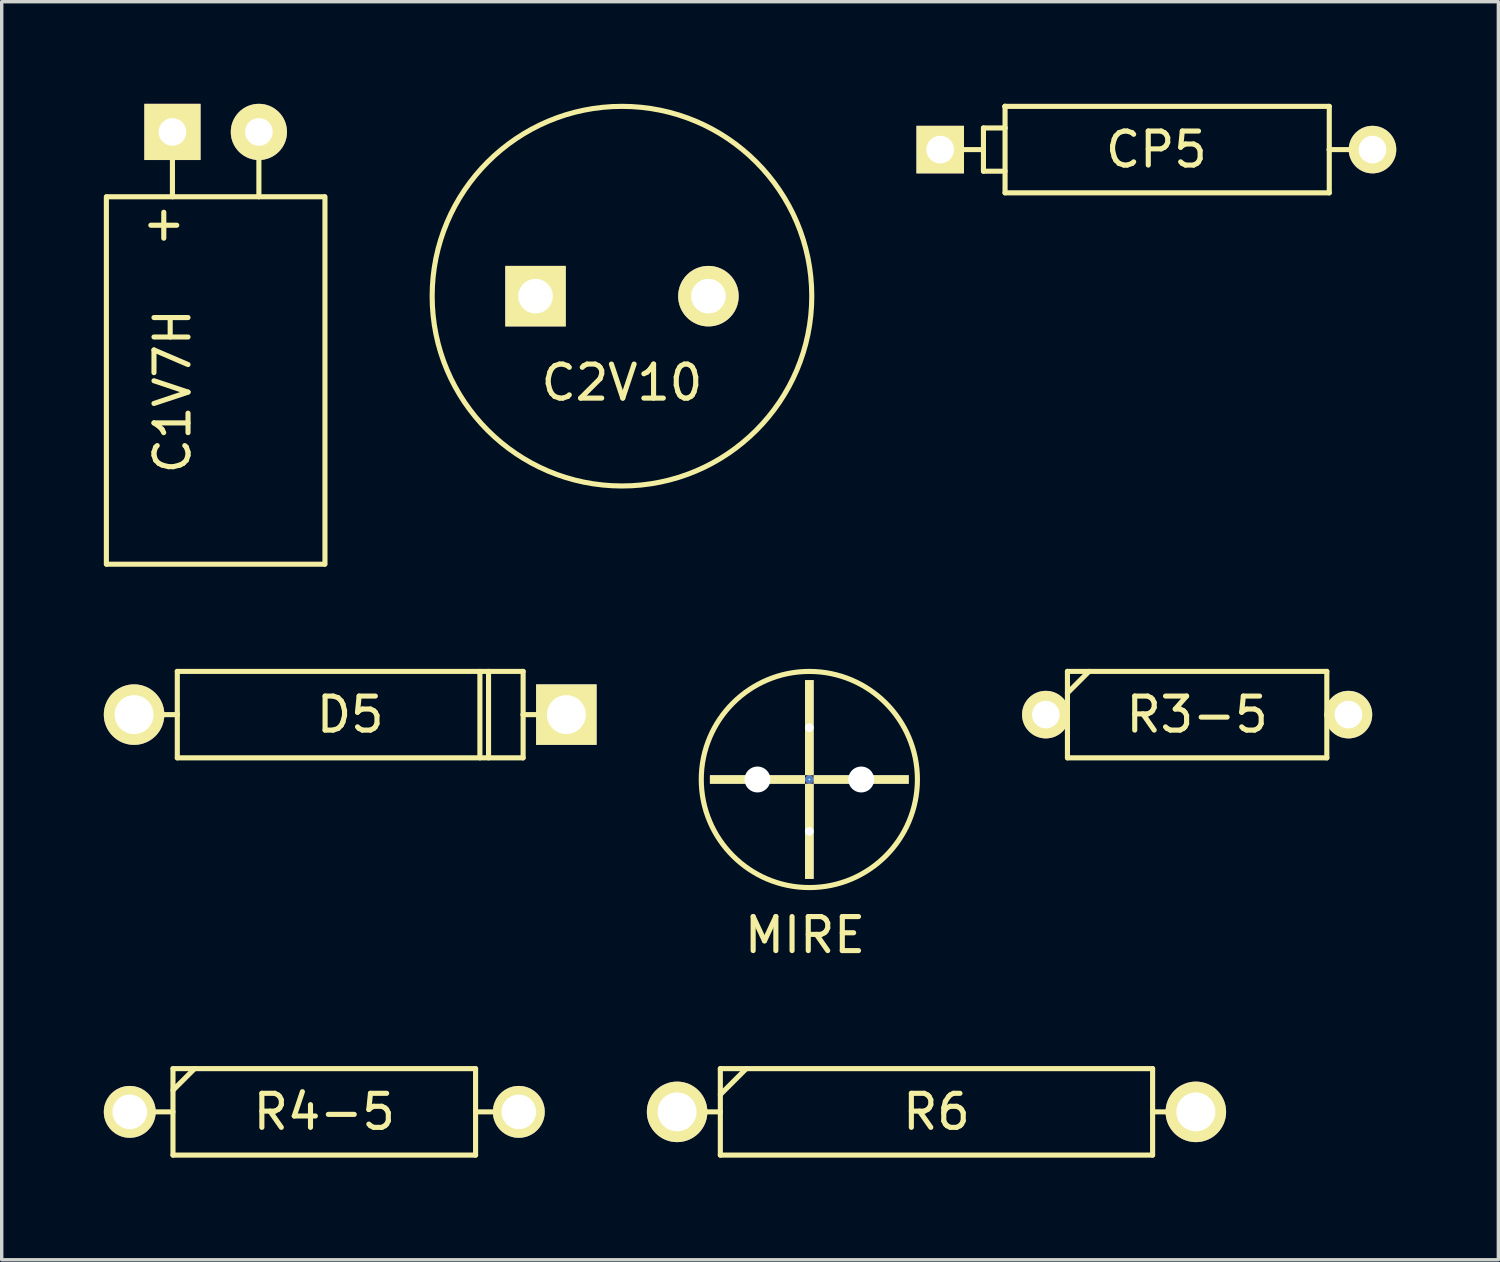
<source format=kicad_pcb>
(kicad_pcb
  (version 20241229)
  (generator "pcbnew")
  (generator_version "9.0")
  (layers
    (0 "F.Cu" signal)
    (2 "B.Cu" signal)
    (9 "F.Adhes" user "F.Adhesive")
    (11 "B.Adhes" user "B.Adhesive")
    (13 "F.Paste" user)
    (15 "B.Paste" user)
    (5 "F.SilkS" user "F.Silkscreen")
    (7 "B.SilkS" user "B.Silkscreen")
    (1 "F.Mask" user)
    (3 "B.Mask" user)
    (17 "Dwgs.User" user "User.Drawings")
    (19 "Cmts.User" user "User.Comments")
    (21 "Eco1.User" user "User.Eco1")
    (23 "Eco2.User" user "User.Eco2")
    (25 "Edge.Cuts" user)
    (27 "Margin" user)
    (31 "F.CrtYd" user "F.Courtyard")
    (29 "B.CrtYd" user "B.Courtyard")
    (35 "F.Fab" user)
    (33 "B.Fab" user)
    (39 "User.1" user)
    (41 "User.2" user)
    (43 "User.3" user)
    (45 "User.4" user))
  (footprint "CP5"
    (layer "F.Cu")
    (at 30.923 1.345)
    (property "Reference" "CP5" (at 0 0 0) (layer "F.SilkS") (effects (font (size 1 1) (thickness 0.15))))
    (attr through_hole)
    (fp_line (start -6.35 0) (end -6.35 0) (stroke (width 0.15) (type solid)) (layer "F.SilkS"))
    (fp_line (start -6.35 0) (end -5.08 0) (stroke (width 0.15) (type solid)) (layer "F.SilkS"))
    (fp_line (start -5.08 -0.635) (end -5.08 0.635) (stroke (width 0.15) (type solid)) (layer "F.SilkS"))
    (fp_line (start -5.08 0) (end -5.08 0) (stroke (width 0.15) (type solid)) (layer "F.SilkS"))
    (fp_line (start -5.08 0) (end -5.08 0) (stroke (width 0.15) (type solid)) (layer "F.SilkS"))
    (fp_line (start -5.08 0.635) (end -4.445 0.635) (stroke (width 0.15) (type solid)) (layer "F.SilkS"))
    (fp_line (start -4.445 -1.27) (end -4.445 -1.27) (stroke (width 0.15) (type solid)) (layer "F.SilkS"))
    (fp_line (start -4.445 -1.27) (end -4.445 -1.27) (stroke (width 0.15) (type solid)) (layer "F.SilkS"))
    (fp_line (start -4.445 -1.27) (end -4.445 -1.27) (stroke (width 0.15) (type solid)) (layer "F.SilkS"))
    (fp_line (start -4.445 -1.27) (end 5.08 -1.27) (stroke (width 0.15) (type solid)) (layer "F.SilkS"))
    (fp_line (start -4.445 -0.635) (end -5.08 -0.635) (stroke (width 0.15) (type solid)) (layer "F.SilkS"))
    (fp_line (start -4.445 -0.635) (end -4.445 -0.635) (stroke (width 0.15) (type solid)) (layer "F.SilkS"))
    (fp_line (start -4.445 1.27) (end -4.445 -1.27) (stroke (width 0.15) (type solid)) (layer "F.SilkS"))
    (fp_line (start 5.08 -1.27) (end 5.08 1.27) (stroke (width 0.15) (type solid)) (layer "F.SilkS"))
    (fp_line (start 5.08 0) (end 5.08 0) (stroke (width 0.15) (type solid)) (layer "F.SilkS"))
    (fp_line (start 5.08 0) (end 5.08 0) (stroke (width 0.15) (type solid)) (layer "F.SilkS"))
    (fp_line (start 5.08 0) (end 6.35 0) (stroke (width 0.15) (type solid)) (layer "F.SilkS"))
    (fp_line (start 5.08 1.27) (end -4.445 1.27) (stroke (width 0.15) (type solid)) (layer "F.SilkS"))
    (fp_line (start 6.35 0) (end 6.35 0) (stroke (width 0.15) (type solid)) (layer "F.SilkS"))
    (fp_line (start 6.35 0) (end 6.35 0) (stroke (width 0.15) (type solid)) (layer "F.SilkS"))
    (fp_line (start 6.35 0) (end 6.35 0) (stroke (width 0.15) (type solid)) (layer "F.SilkS"))
    (pad "1" thru_hole rect (at -6.35 0) (size 1.397 1.397) (drill 0.813) (layers "*.Cu" "*.Mask" "F.SilkS"))
    (pad "2" thru_hole circle (at 6.35 0) (size 1.397 1.397) (drill 0.813) (layers "*.Cu" "*.Mask" "F.SilkS")))
  (footprint "C2V10"
    (layer "F.Cu")
    (at 15.223 5.651)
    (property "Reference" "C2V10" (at 0 2.54 0) (layer "F.SilkS") (effects (font (size 1 1) (thickness 0.15))))
    (attr through_hole)
    (fp_circle (center 0 0) (end 4.826 -2.794) (stroke (width 0.15) (type solid)) (fill no) (layer "F.SilkS"))
    (pad "1" thru_hole rect (at -2.54 0) (size 1.778 1.778) (drill 1.016) (layers "*.Cu" "*.Mask" "F.SilkS"))
    (pad "2" thru_hole circle (at 2.54 0) (size 1.778 1.778) (drill 1.016) (layers "*.Cu" "*.Mask" "F.SilkS")))
  (footprint "D5"
    (layer "F.Cu")
    (at 7.239 17.945)
    (property "Reference" "D5" (at 0 0 0) (layer "F.SilkS") (effects (font (size 1 1) (thickness 0.15))))
    (attr through_hole)
    (fp_line (start -5.08 -1.27) (end -5.08 0) (stroke (width 0.15) (type solid)) (layer "F.SilkS"))
    (fp_line (start -5.08 0) (end -6.35 0) (stroke (width 0.15) (type solid)) (layer "F.SilkS"))
    (fp_line (start -5.08 0) (end -5.08 1.27) (stroke (width 0.15) (type solid)) (layer "F.SilkS"))
    (fp_line (start -5.08 1.27) (end 5.08 1.27) (stroke (width 0.15) (type solid)) (layer "F.SilkS"))
    (fp_line (start 3.81 -1.27) (end 3.81 1.27) (stroke (width 0.15) (type solid)) (layer "F.SilkS"))
    (fp_line (start 4.064 -1.27) (end 4.064 1.27) (stroke (width 0.15) (type solid)) (layer "F.SilkS"))
    (fp_line (start 5.08 -1.27) (end -5.08 -1.27) (stroke (width 0.15) (type solid)) (layer "F.SilkS"))
    (fp_line (start 5.08 0) (end 5.08 -1.27) (stroke (width 0.15) (type solid)) (layer "F.SilkS"))
    (fp_line (start 5.08 1.27) (end 5.08 0) (stroke (width 0.15) (type solid)) (layer "F.SilkS"))
    (fp_line (start 6.35 0) (end 5.08 0) (stroke (width 0.15) (type solid)) (layer "F.SilkS"))
    (pad "1" thru_hole rect (at 6.35 0) (size 1.778 1.778) (drill 1.143) (layers "*.Cu" "*.Mask" "F.SilkS"))
    (pad "2" thru_hole circle (at -6.35 0) (size 1.778 1.778) (drill 1.143) (layers "*.Cu" "*.Mask" "F.SilkS")))
  (footprint "R6"
    (layer "F.Cu")
    (at 24.463 29.616)
    (property "Reference" "R6" (at 0 0 0) (layer "F.SilkS") (effects (font (size 1 1) (thickness 0.15))))
    (attr through_hole)
    (fp_line (start -7.62 0) (end -6.35 0) (stroke (width 0.15) (type solid)) (layer "F.SilkS"))
    (fp_line (start -6.35 -1.27) (end -6.35 1.27) (stroke (width 0.15) (type solid)) (layer "F.SilkS"))
    (fp_line (start -6.35 -1.27) (end 6.35 -1.27) (stroke (width 0.15) (type solid)) (layer "F.SilkS"))
    (fp_line (start -6.35 -0.508) (end -5.588 -1.27) (stroke (width 0.15) (type solid)) (layer "F.SilkS"))
    (fp_line (start 6.35 -1.27) (end 6.35 1.27) (stroke (width 0.15) (type solid)) (layer "F.SilkS"))
    (fp_line (start 6.35 0) (end 7.62 0) (stroke (width 0.15) (type solid)) (layer "F.SilkS"))
    (fp_line (start 6.35 1.27) (end -6.35 1.27) (stroke (width 0.15) (type solid)) (layer "F.SilkS"))
    (pad "1" thru_hole circle (at -7.62 0) (size 1.778 1.778) (drill 1.143) (layers "*.Cu" "*.Mask" "F.SilkS"))
    (pad "2" thru_hole circle (at 7.62 0) (size 1.778 1.778) (drill 1.143) (layers "*.Cu" "*.Mask" "F.SilkS")))
  (footprint "C1V7H"
    (layer "F.Cu")
    (at 3.286 0.826)
    (property "Reference" "C1V7H" (at -1.267 7.62 90) (layer "F.SilkS") (effects (font (size 1 1) (thickness 0.15))))
    (attr through_hole)
    (fp_line (start -3.211 1.905) (end -3.211 12.7) (stroke (width 0.15) (type solid)) (layer "F.SilkS"))
    (fp_line (start -3.2 12.7) (end 3.2 12.7) (stroke (width 0.15) (type solid)) (layer "F.SilkS"))
    (fp_line (start -1.27 0) (end -1.27 1.905) (stroke (width 0.15) (type solid)) (layer "F.SilkS"))
    (fp_line (start 1.27 0) (end 1.27 1.905) (stroke (width 0.15) (type solid)) (layer "F.SilkS"))
    (fp_line (start 3.2 1.905) (end -3.2 1.905) (stroke (width 0.15) (type solid)) (layer "F.SilkS"))
    (fp_line (start 3.211 12.7) (end 3.211 1.905) (stroke (width 0.15) (type solid)) (layer "F.SilkS"))
    (fp_text user "+" (at -1.524 2.667 0) (layer "F.SilkS") (effects (font (size 1 1) (thickness 0.15))))
    (pad "1" thru_hole rect (at -1.27 0) (size 1.651 1.651) (drill 0.813) (layers "*.Cu" "*.Mask" "F.SilkS"))
    (pad "2" thru_hole circle (at 1.27 0) (size 1.651 1.651) (drill 0.813) (layers "*.Cu" "*.Mask" "F.SilkS")))
  (footprint "R3-5"
    (layer "F.Cu")
    (at 32.121 17.945)
    (property "Reference" "R3-5" (at 0 0 0) (layer "F.SilkS") (effects (font (size 1 1) (thickness 0.15))))
    (attr through_hole)
    (fp_line (start -4.445 0) (end -3.81 0) (stroke (width 0.15) (type solid)) (layer "F.SilkS"))
    (fp_line (start -3.81 -1.27) (end -3.81 -0.635) (stroke (width 0.15) (type solid)) (layer "F.SilkS"))
    (fp_line (start -3.81 -0.635) (end -3.81 1.27) (stroke (width 0.15) (type solid)) (layer "F.SilkS"))
    (fp_line (start -3.81 -0.635) (end -3.175 -1.27) (stroke (width 0.15) (type solid)) (layer "F.SilkS"))
    (fp_line (start -3.81 1.27) (end 3.81 1.27) (stroke (width 0.15) (type solid)) (layer "F.SilkS"))
    (fp_line (start 3.81 -1.27) (end -3.81 -1.27) (stroke (width 0.15) (type solid)) (layer "F.SilkS"))
    (fp_line (start 3.81 0) (end 4.445 0) (stroke (width 0.15) (type solid)) (layer "F.SilkS"))
    (fp_line (start 3.81 1.27) (end 3.81 -1.27) (stroke (width 0.15) (type solid)) (layer "F.SilkS"))
    (pad "1" thru_hole circle (at -4.445 0) (size 1.397 1.397) (drill 0.813) (layers "*.Cu" "*.Mask" "F.SilkS"))
    (pad "2" thru_hole circle (at 4.445 0) (size 1.397 1.397) (drill 0.813) (layers "*.Cu" "*.Mask" "F.SilkS")))
  (footprint "R4-5"
    (layer "F.Cu")
    (at 6.477 29.616)
    (property "Reference" "R4-5" (at 0 0 0) (layer "F.SilkS") (effects (font (size 1 1) (thickness 0.15))))
    (attr through_hole)
    (fp_line (start -4.445 -1.27) (end -4.445 1.27) (stroke (width 0.15) (type solid)) (layer "F.SilkS"))
    (fp_line (start -4.445 -0.635) (end -3.81 -1.27) (stroke (width 0.15) (type solid)) (layer "F.SilkS"))
    (fp_line (start -4.445 0) (end -5.715 0) (stroke (width 0.15) (type solid)) (layer "F.SilkS"))
    (fp_line (start -4.445 1.27) (end 4.445 1.27) (stroke (width 0.15) (type solid)) (layer "F.SilkS"))
    (fp_line (start 4.445 -1.27) (end -4.445 -1.27) (stroke (width 0.15) (type solid)) (layer "F.SilkS"))
    (fp_line (start 4.445 0) (end 5.715 0) (stroke (width 0.15) (type solid)) (layer "F.SilkS"))
    (fp_line (start 4.445 1.27) (end 4.445 -1.27) (stroke (width 0.15) (type solid)) (layer "F.SilkS"))
    (pad "1" thru_hole circle (at -5.715 0) (size 1.524 1.524) (drill 1.016) (layers "*.Cu" "*.Mask" "F.SilkS"))
    (pad "2" thru_hole circle (at 5.715 0) (size 1.524 1.524) (drill 1.016) (layers "*.Cu" "*.Mask" "F.SilkS")))
  (footprint "MIRE"
    (layer "F.Cu")
    (at 20.728 19.851)
    (property "Reference" "MIRE" (at -0.127 4.572 0) (layer "F.SilkS") (effects (font (size 1 1) (thickness 0.15))))
    (attr through_hole)
    (fp_circle (center 0 0) (end 2.54 1.905) (stroke (width 0.15) (type solid)) (fill no) (layer "F.SilkS"))
    (pad "" thru_hole rect (at -1.524 0) (size 2.794 0.254) (drill 0.762) (layers "*.Cu" "*.Mask" "F.SilkS"))
    (pad "" thru_hole rect (at 0 -1.524) (size 0.254 2.794) (drill 0.762) (layers "*.Cu" "*.Mask" "F.SilkS"))
    (pad "" thru_hole circle (at 0 0) (size 0.254 0.254) (drill 0.051) (layers "*.Cu" "*.Mask"))
    (pad "" thru_hole rect (at 0 1.524) (size 0.254 2.794) (drill 0.762) (layers "*.Cu" "*.Mask" "F.SilkS"))
    (pad "" thru_hole rect (at 1.524 0) (size 2.794 0.254) (drill 0.762) (layers "*.Cu" "*.Mask" "F.SilkS")))
  (gr_rect
    (start -3 -3)
    (end 40.971 33.961)
    (stroke (width 0.1) (type default))
    (fill no)
    (layer "Edge.Cuts")))
</source>
